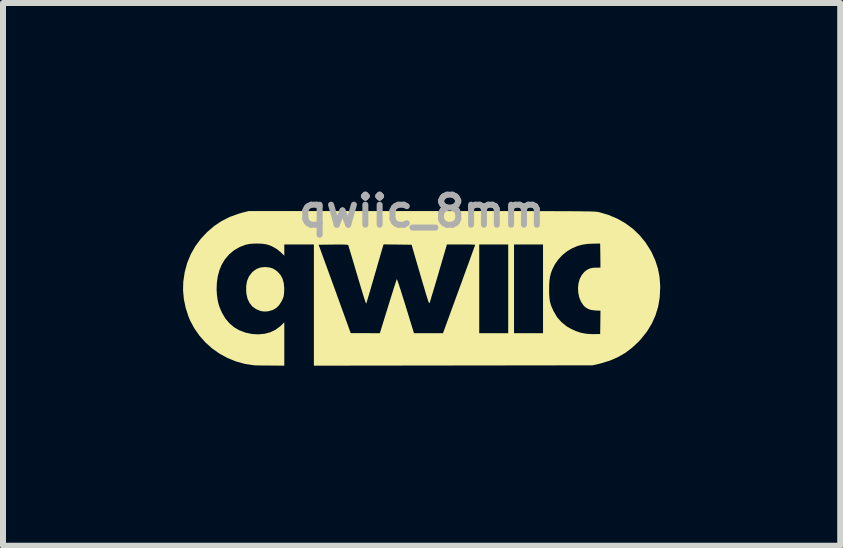
<source format=kicad_pcb>
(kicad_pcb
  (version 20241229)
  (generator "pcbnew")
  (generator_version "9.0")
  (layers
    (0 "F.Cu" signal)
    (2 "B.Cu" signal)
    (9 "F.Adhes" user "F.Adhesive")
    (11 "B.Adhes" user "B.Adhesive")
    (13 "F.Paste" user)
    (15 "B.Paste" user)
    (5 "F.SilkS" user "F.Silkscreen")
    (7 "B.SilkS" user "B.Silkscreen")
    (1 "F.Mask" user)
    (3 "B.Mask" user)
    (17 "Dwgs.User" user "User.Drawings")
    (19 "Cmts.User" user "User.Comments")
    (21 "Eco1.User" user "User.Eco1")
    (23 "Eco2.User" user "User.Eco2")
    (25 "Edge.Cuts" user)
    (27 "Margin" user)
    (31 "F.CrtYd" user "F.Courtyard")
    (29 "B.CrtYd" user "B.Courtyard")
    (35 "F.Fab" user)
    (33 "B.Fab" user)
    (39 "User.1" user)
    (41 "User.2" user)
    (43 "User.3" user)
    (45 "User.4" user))
  (footprint "qwiic_8mm"
    (layer "F.Cu")
    (at 3.978 1.738)
    (property "Reference" "qwiic_8mm" (at 0 -1.27 0) (layer "F.Fab") (effects (font (size 0.5 0.5) (thickness 0.1))))
    (attr board_only exclude_from_pos_files exclude_from_bom)
    (fp_poly (pts (xy -2.538 -0.332) (xy -2.476 -0.312) (xy -2.421 -0.276) (xy -2.406 -0.264) (xy -2.356 -0.209) (xy -2.321 -0.146) (xy -2.3 -0.072) (xy -2.292 0.013) (xy -2.293 0.065) (xy -2.296 0.111) (xy -2.301 0.146) (xy -2.31 0.176) (xy -2.325 0.209) (xy -2.335 0.23) (xy -2.377 0.296) (xy -2.426 0.345) (xy -2.486 0.378) (xy -2.557 0.398) (xy -2.594 0.402) (xy -2.634 0.402) (xy -2.675 0.396) (xy -2.688 0.393) (xy -2.761 0.363) (xy -2.822 0.32) (xy -2.869 0.262) (xy -2.903 0.192) (xy -2.922 0.108) (xy -2.926 0.062) (xy -2.925 -0.031) (xy -2.91 -0.111) (xy -2.88 -0.181) (xy -2.835 -0.241) (xy -2.81 -0.266) (xy -2.756 -0.305) (xy -2.695 -0.329) (xy -2.625 -0.338) (xy -2.61 -0.338)) (stroke (width 0) (type solid)) (fill yes) (layer "F.SilkS"))
    (fp_poly (pts (xy 0.275 -1.271) (xy 0.536 -1.271) (xy 0.779 -1.271) (xy 1.005 -1.271) (xy 1.214 -1.271) (xy 1.407 -1.271) (xy 1.585 -1.271) (xy 1.748 -1.27) (xy 1.897 -1.27) (xy 2.032 -1.27) (xy 2.155 -1.27) (xy 2.266 -1.269) (xy 2.366 -1.269) (xy 2.455 -1.269) (xy 2.533 -1.268) (xy 2.603 -1.268) (xy 2.664 -1.267) (xy 2.716 -1.266) (xy 2.762 -1.266) (xy 2.8 -1.265) (xy 2.833 -1.264) (xy 2.86 -1.263) (xy 2.882 -1.262) (xy 2.9 -1.26) (xy 2.915 -1.259) (xy 2.927 -1.258) (xy 2.937 -1.256) (xy 2.946 -1.254) (xy 2.953 -1.253) (xy 3.11 -1.207) (xy 3.257 -1.145) (xy 3.392 -1.068) (xy 3.517 -0.976) (xy 3.628 -0.869) (xy 3.727 -0.75) (xy 3.811 -0.617) (xy 3.831 -0.581) (xy 3.891 -0.448) (xy 3.934 -0.314) (xy 3.961 -0.177) (xy 3.972 -0.031) (xy 3.972 0.009) (xy 3.964 0.17) (xy 3.938 0.322) (xy 3.894 0.467) (xy 3.832 0.604) (xy 3.753 0.735) (xy 3.655 0.858) (xy 3.613 0.904) (xy 3.504 1.006) (xy 3.389 1.093) (xy 3.265 1.164) (xy 3.13 1.222) (xy 2.983 1.267) (xy 2.94 1.278) (xy 2.846 1.299) (xy 0.524 1.302) (xy -1.798 1.305) (xy -1.798 0.295) (xy -1.798 -0.71) (xy -1.719 -0.71) (xy -1.451 0.026) (xy -1.184 0.763) (xy -0.942 0.763) (xy -0.699 0.764) (xy -0.561 0.317) (xy -0.533 0.227) (xy -0.507 0.144) (xy -0.483 0.068) (xy -0.462 0.001) (xy -0.444 -0.055) (xy -0.43 -0.098) (xy -0.42 -0.126) (xy -0.416 -0.138) (xy -0.416 -0.138) (xy -0.412 -0.13) (xy -0.403 -0.106) (xy -0.389 -0.067) (xy -0.372 -0.014) (xy -0.351 0.05) (xy -0.328 0.124) (xy -0.302 0.206) (xy -0.274 0.295) (xy -0.27 0.309) (xy -0.13 0.764) (xy 0.111 0.764) (xy 0.353 0.764) (xy 0.621 0.03) (xy 0.663 -0.083) (xy 0.702 -0.192) (xy 0.739 -0.294) (xy 0.774 -0.388) (xy 0.804 -0.472) (xy 0.831 -0.546) (xy 0.853 -0.608) (xy 0.871 -0.656) (xy 0.883 -0.69) (xy 0.889 -0.707) (xy 0.889 -0.709) (xy 0.88 -0.711) (xy 0.854 -0.712) (xy 0.814 -0.714) (xy 0.763 -0.715) (xy 0.702 -0.715) (xy 0.654 -0.715) (xy 0.957 -0.715) (xy 0.957 0.024) (xy 0.957 0.764) (xy 1.198 0.764) (xy 1.44 0.764) (xy 1.44 0.024) (xy 1.44 -0.715) (xy 1.537 -0.715) (xy 1.537 0.024) (xy 1.537 0.764) (xy 1.778 0.764) (xy 2.02 0.764) (xy 2.02 0.029) (xy 2.122 0.029) (xy 2.122 0.106) (xy 2.126 0.169) (xy 2.133 0.223) (xy 2.144 0.272) (xy 2.161 0.32) (xy 2.185 0.374) (xy 2.2 0.404) (xy 2.256 0.499) (xy 2.328 0.58) (xy 2.413 0.649) (xy 2.48 0.688) (xy 2.568 0.729) (xy 2.653 0.757) (xy 2.74 0.773) (xy 2.835 0.779) (xy 2.88 0.779) (xy 2.972 0.778) (xy 2.975 0.584) (xy 2.977 0.389) (xy 2.892 0.385) (xy 2.823 0.377) (xy 2.767 0.358) (xy 2.721 0.328) (xy 2.692 0.298) (xy 2.651 0.236) (xy 2.623 0.165) (xy 2.607 0.089) (xy 2.603 0.01) (xy 2.611 -0.068) (xy 2.632 -0.141) (xy 2.665 -0.205) (xy 2.709 -0.258) (xy 2.756 -0.294) (xy 2.804 -0.316) (xy 2.86 -0.327) (xy 2.902 -0.328) (xy 2.977 -0.329) (xy 2.975 -0.529) (xy 2.972 -0.73) (xy 2.851 -0.728) (xy 2.755 -0.723) (xy 2.671 -0.71) (xy 2.591 -0.688) (xy 2.511 -0.654) (xy 2.494 -0.645) (xy 2.416 -0.598) (xy 2.341 -0.536) (xy 2.275 -0.465) (xy 2.221 -0.389) (xy 2.206 -0.362) (xy 2.175 -0.299) (xy 2.153 -0.241) (xy 2.138 -0.184) (xy 2.128 -0.122) (xy 2.123 -0.051) (xy 2.122 0.029) (xy 2.02 0.029) (xy 2.02 0.024) (xy 2.02 -0.715) (xy 1.778 -0.715) (xy 1.537 -0.715) (xy 1.44 -0.715) (xy 1.198 -0.715) (xy 0.957 -0.715) (xy 0.654 -0.715) (xy 0.419 -0.715) (xy 0.281 -0.244) (xy 0.254 -0.151) (xy 0.228 -0.064) (xy 0.204 0.017) (xy 0.182 0.09) (xy 0.163 0.151) (xy 0.149 0.2) (xy 0.138 0.235) (xy 0.132 0.254) (xy 0.131 0.255) (xy 0.129 0.26) (xy 0.127 0.263) (xy 0.124 0.263) (xy 0.12 0.258) (xy 0.115 0.248) (xy 0.109 0.232) (xy 0.101 0.208) (xy 0.09 0.176) (xy 0.077 0.134) (xy 0.061 0.081) (xy 0.042 0.016) (xy 0.019 -0.061) (xy -0.008 -0.153) (xy -0.039 -0.26) (xy -0.075 -0.382) (xy -0.116 -0.523) (xy -0.124 -0.551) (xy -0.17 -0.71) (xy -0.403 -0.713) (xy -0.637 -0.716) (xy -0.661 -0.636) (xy -0.669 -0.609) (xy -0.681 -0.567) (xy -0.697 -0.51) (xy -0.717 -0.443) (xy -0.739 -0.366) (xy -0.763 -0.282) (xy -0.789 -0.195) (xy -0.803 -0.145) (xy -0.828 -0.059) (xy -0.851 0.021) (xy -0.872 0.093) (xy -0.891 0.156) (xy -0.906 0.207) (xy -0.918 0.245) (xy -0.925 0.267) (xy -0.927 0.273) (xy -0.931 0.265) (xy -0.94 0.241) (xy -0.953 0.201) (xy -0.97 0.148) (xy -0.99 0.083) (xy -1.013 0.008) (xy -1.038 -0.076) (xy -1.065 -0.166) (xy -1.077 -0.207) (xy -1.105 -0.301) (xy -1.131 -0.389) (xy -1.155 -0.469) (xy -1.176 -0.541) (xy -1.195 -0.602) (xy -1.21 -0.651) (xy -1.22 -0.685) (xy -1.226 -0.703) (xy -1.227 -0.705) (xy -1.237 -0.709) (xy -1.264 -0.711) (xy -1.307 -0.713) (xy -1.368 -0.714) (xy -1.447 -0.713) (xy -1.476 -0.713) (xy -1.719 -0.71) (xy -1.798 -0.71) (xy -1.798 -0.715) (xy -2.044 -0.715) (xy -2.291 -0.715) (xy -2.291 -0.621) (xy -2.291 -0.527) (xy -2.341 -0.577) (xy -2.417 -0.639) (xy -2.5 -0.686) (xy -2.552 -0.706) (xy -2.601 -0.719) (xy -2.664 -0.727) (xy -2.734 -0.73) (xy -2.805 -0.729) (xy -2.871 -0.723) (xy -2.926 -0.712) (xy -2.928 -0.712) (xy -3.033 -0.673) (xy -3.128 -0.618) (xy -3.211 -0.548) (xy -3.283 -0.463) (xy -3.337 -0.372) (xy -3.373 -0.283) (xy -3.4 -0.181) (xy -3.415 -0.073) (xy -3.419 0.036) (xy -3.414 0.118) (xy -3.404 0.196) (xy -3.391 0.261) (xy -3.373 0.32) (xy -3.349 0.38) (xy -3.328 0.425) (xy -3.274 0.517) (xy -3.206 0.598) (xy -3.127 0.665) (xy -3.045 0.713) (xy -2.939 0.754) (xy -2.828 0.777) (xy -2.728 0.783) (xy -2.622 0.774) (xy -2.525 0.749) (xy -2.438 0.707) (xy -2.36 0.649) (xy -2.348 0.638) (xy -2.291 0.582) (xy -2.291 0.943) (xy -2.291 1.305) (xy -2.525 1.303) (xy -2.593 1.303) (xy -2.656 1.302) (xy -2.712 1.301) (xy -2.757 1.3) (xy -2.788 1.299) (xy -2.798 1.298) (xy -2.95 1.275) (xy -3.097 1.234) (xy -3.237 1.177) (xy -3.37 1.105) (xy -3.493 1.018) (xy -3.605 0.918) (xy -3.704 0.806) (xy -3.79 0.683) (xy -3.861 0.551) (xy -3.887 0.488) (xy -3.934 0.342) (xy -3.965 0.194) (xy -3.978 0.047) (xy -3.974 -0.096) (xy -3.95 -0.256) (xy -3.909 -0.407) (xy -3.85 -0.55) (xy -3.775 -0.683) (xy -3.682 -0.809) (xy -3.578 -0.92) (xy -3.461 -1.021) (xy -3.335 -1.105) (xy -3.199 -1.174) (xy -3.052 -1.227) (xy -2.989 -1.245) (xy -2.885 -1.271) (xy -0.005 -1.271)) (stroke (width 0) (type solid)) (fill yes) (layer "F.SilkS")))
  (gr_rect
    (start -3 -3)
    (end 10.95 6.043)
    (stroke (width 0.1) (type default))
    (fill no)
    (layer "Edge.Cuts")))
</source>
